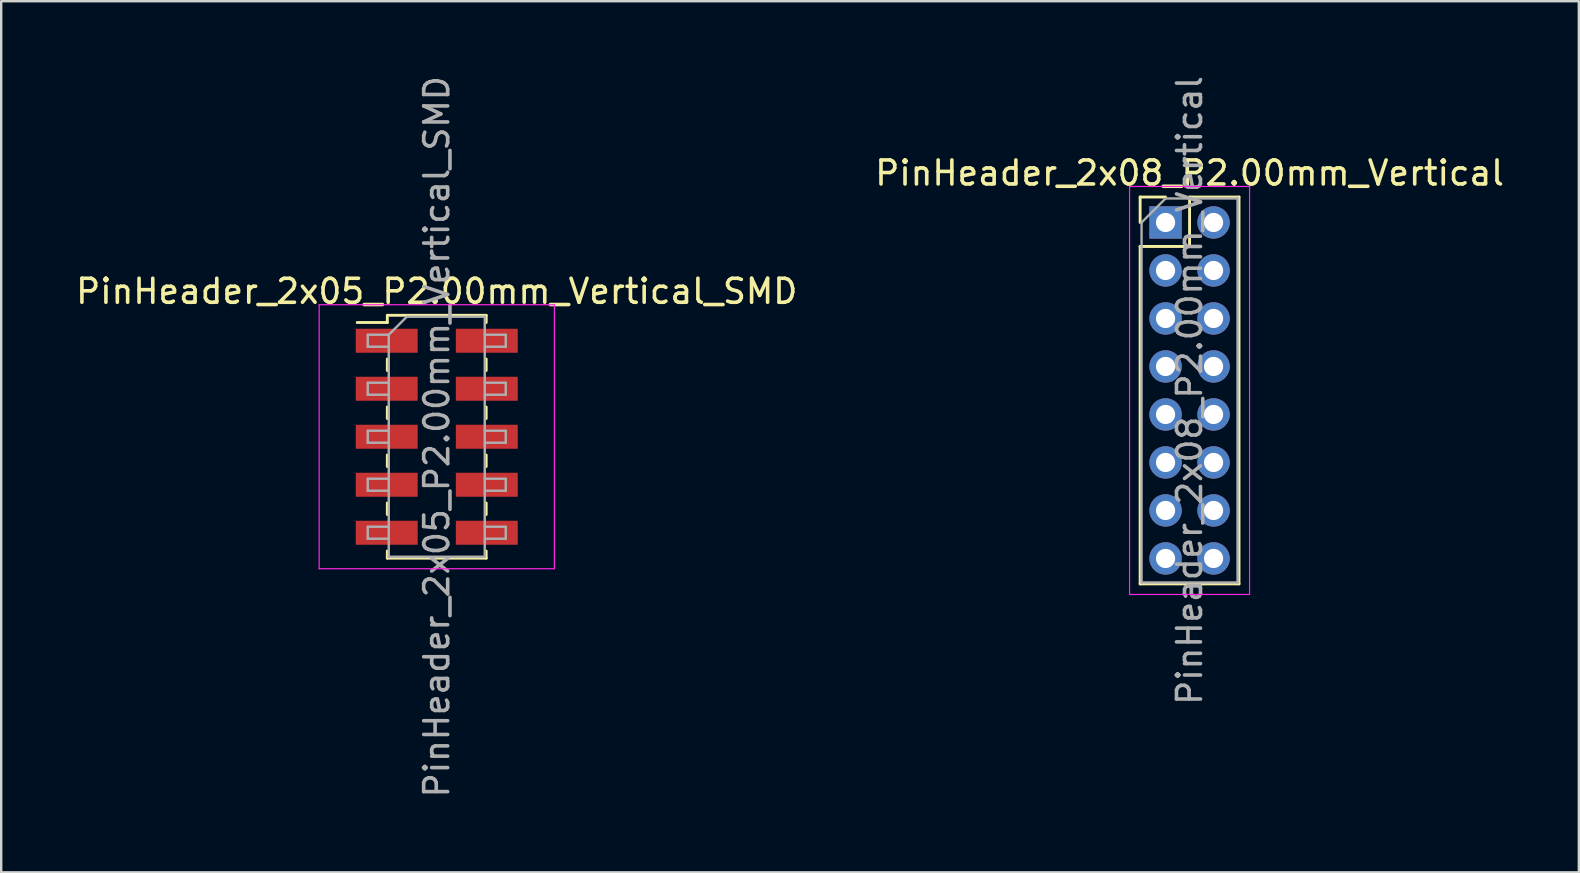
<source format=kicad_pcb>
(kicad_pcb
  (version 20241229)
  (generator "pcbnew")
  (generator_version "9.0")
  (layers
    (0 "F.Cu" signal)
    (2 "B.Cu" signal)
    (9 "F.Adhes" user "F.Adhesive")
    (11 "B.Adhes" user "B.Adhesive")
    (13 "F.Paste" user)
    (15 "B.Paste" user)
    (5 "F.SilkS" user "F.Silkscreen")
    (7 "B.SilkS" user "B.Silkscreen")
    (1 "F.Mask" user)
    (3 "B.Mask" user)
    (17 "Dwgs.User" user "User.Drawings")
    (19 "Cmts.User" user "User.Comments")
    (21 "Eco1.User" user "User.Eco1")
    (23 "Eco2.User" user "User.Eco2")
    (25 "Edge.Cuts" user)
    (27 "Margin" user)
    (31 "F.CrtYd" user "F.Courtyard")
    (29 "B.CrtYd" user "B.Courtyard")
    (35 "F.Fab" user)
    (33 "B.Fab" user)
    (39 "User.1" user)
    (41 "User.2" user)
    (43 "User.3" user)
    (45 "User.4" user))
  (footprint "PinHeader_2x05_P2.00mm_Vertical_SMD"
    (layer "F.Cu")
    (at 15.149 15.149)
    (property "Reference" "PinHeader_2x05_P2.00mm_Vertical_SMD" (at 0 -6.06 0) (layer "F.SilkS") (effects (font (size 1 1) (thickness 0.15))))
    (attr smd)
    (fp_line (start -3.315 -4.76) (end -2.06 -4.76) (stroke (width 0.12) (type solid)) (layer "F.SilkS"))
    (fp_line (start -2.06 -5.06) (end -2.06 -4.76) (stroke (width 0.12) (type solid)) (layer "F.SilkS"))
    (fp_line (start -2.06 -5.06) (end 2.06 -5.06) (stroke (width 0.12) (type solid)) (layer "F.SilkS"))
    (fp_line (start -2.06 -3.24) (end -2.06 -2.76) (stroke (width 0.12) (type solid)) (layer "F.SilkS"))
    (fp_line (start -2.06 -1.24) (end -2.06 -0.76) (stroke (width 0.12) (type solid)) (layer "F.SilkS"))
    (fp_line (start -2.06 0.76) (end -2.06 1.24) (stroke (width 0.12) (type solid)) (layer "F.SilkS"))
    (fp_line (start -2.06 2.76) (end -2.06 3.24) (stroke (width 0.12) (type solid)) (layer "F.SilkS"))
    (fp_line (start -2.06 4.76) (end -2.06 5.06) (stroke (width 0.12) (type solid)) (layer "F.SilkS"))
    (fp_line (start -2.06 5.06) (end 2.06 5.06) (stroke (width 0.12) (type solid)) (layer "F.SilkS"))
    (fp_line (start 2.06 -5.06) (end 2.06 -4.76) (stroke (width 0.12) (type solid)) (layer "F.SilkS"))
    (fp_line (start 2.06 -3.24) (end 2.06 -2.76) (stroke (width 0.12) (type solid)) (layer "F.SilkS"))
    (fp_line (start 2.06 -1.24) (end 2.06 -0.76) (stroke (width 0.12) (type solid)) (layer "F.SilkS"))
    (fp_line (start 2.06 0.76) (end 2.06 1.24) (stroke (width 0.12) (type solid)) (layer "F.SilkS"))
    (fp_line (start 2.06 2.76) (end 2.06 3.24) (stroke (width 0.12) (type solid)) (layer "F.SilkS"))
    (fp_line (start 2.06 4.76) (end 2.06 5.06) (stroke (width 0.12) (type solid)) (layer "F.SilkS"))
    (fp_line (start -4.9 -5.5) (end -4.9 5.5) (stroke (width 0.05) (type solid)) (layer "F.CrtYd"))
    (fp_line (start -4.9 5.5) (end 4.9 5.5) (stroke (width 0.05) (type solid)) (layer "F.CrtYd"))
    (fp_line (start 4.9 -5.5) (end -4.9 -5.5) (stroke (width 0.05) (type solid)) (layer "F.CrtYd"))
    (fp_line (start 4.9 5.5) (end 4.9 -5.5) (stroke (width 0.05) (type solid)) (layer "F.CrtYd"))
    (fp_line (start -2.875 -4.25) (end -2.875 -3.75) (stroke (width 0.1) (type solid)) (layer "F.Fab"))
    (fp_line (start -2.875 -3.75) (end -2 -3.75) (stroke (width 0.1) (type solid)) (layer "F.Fab"))
    (fp_line (start -2.875 -2.25) (end -2.875 -1.75) (stroke (width 0.1) (type solid)) (layer "F.Fab"))
    (fp_line (start -2.875 -1.75) (end -2 -1.75) (stroke (width 0.1) (type solid)) (layer "F.Fab"))
    (fp_line (start -2.875 -0.25) (end -2.875 0.25) (stroke (width 0.1) (type solid)) (layer "F.Fab"))
    (fp_line (start -2.875 0.25) (end -2 0.25) (stroke (width 0.1) (type solid)) (layer "F.Fab"))
    (fp_line (start -2.875 1.75) (end -2.875 2.25) (stroke (width 0.1) (type solid)) (layer "F.Fab"))
    (fp_line (start -2.875 2.25) (end -2 2.25) (stroke (width 0.1) (type solid)) (layer "F.Fab"))
    (fp_line (start -2.875 3.75) (end -2.875 4.25) (stroke (width 0.1) (type solid)) (layer "F.Fab"))
    (fp_line (start -2.875 4.25) (end -2 4.25) (stroke (width 0.1) (type solid)) (layer "F.Fab"))
    (fp_line (start -2 -4.25) (end -2.875 -4.25) (stroke (width 0.1) (type solid)) (layer "F.Fab"))
    (fp_line (start -2 -4.25) (end -1.25 -5) (stroke (width 0.1) (type solid)) (layer "F.Fab"))
    (fp_line (start -2 -2.25) (end -2.875 -2.25) (stroke (width 0.1) (type solid)) (layer "F.Fab"))
    (fp_line (start -2 -0.25) (end -2.875 -0.25) (stroke (width 0.1) (type solid)) (layer "F.Fab"))
    (fp_line (start -2 1.75) (end -2.875 1.75) (stroke (width 0.1) (type solid)) (layer "F.Fab"))
    (fp_line (start -2 3.75) (end -2.875 3.75) (stroke (width 0.1) (type solid)) (layer "F.Fab"))
    (fp_line (start -2 5) (end -2 -4.25) (stroke (width 0.1) (type solid)) (layer "F.Fab"))
    (fp_line (start -1.25 -5) (end 2 -5) (stroke (width 0.1) (type solid)) (layer "F.Fab"))
    (fp_line (start 2 -5) (end 2 5) (stroke (width 0.1) (type solid)) (layer "F.Fab"))
    (fp_line (start 2 -4.25) (end 2.875 -4.25) (stroke (width 0.1) (type solid)) (layer "F.Fab"))
    (fp_line (start 2 -2.25) (end 2.875 -2.25) (stroke (width 0.1) (type solid)) (layer "F.Fab"))
    (fp_line (start 2 -0.25) (end 2.875 -0.25) (stroke (width 0.1) (type solid)) (layer "F.Fab"))
    (fp_line (start 2 1.75) (end 2.875 1.75) (stroke (width 0.1) (type solid)) (layer "F.Fab"))
    (fp_line (start 2 3.75) (end 2.875 3.75) (stroke (width 0.1) (type solid)) (layer "F.Fab"))
    (fp_line (start 2 5) (end -2 5) (stroke (width 0.1) (type solid)) (layer "F.Fab"))
    (fp_line (start 2.875 -4.25) (end 2.875 -3.75) (stroke (width 0.1) (type solid)) (layer "F.Fab"))
    (fp_line (start 2.875 -3.75) (end 2 -3.75) (stroke (width 0.1) (type solid)) (layer "F.Fab"))
    (fp_line (start 2.875 -2.25) (end 2.875 -1.75) (stroke (width 0.1) (type solid)) (layer "F.Fab"))
    (fp_line (start 2.875 -1.75) (end 2 -1.75) (stroke (width 0.1) (type solid)) (layer "F.Fab"))
    (fp_line (start 2.875 -0.25) (end 2.875 0.25) (stroke (width 0.1) (type solid)) (layer "F.Fab"))
    (fp_line (start 2.875 0.25) (end 2 0.25) (stroke (width 0.1) (type solid)) (layer "F.Fab"))
    (fp_line (start 2.875 1.75) (end 2.875 2.25) (stroke (width 0.1) (type solid)) (layer "F.Fab"))
    (fp_line (start 2.875 2.25) (end 2 2.25) (stroke (width 0.1) (type solid)) (layer "F.Fab"))
    (fp_line (start 2.875 3.75) (end 2.875 4.25) (stroke (width 0.1) (type solid)) (layer "F.Fab"))
    (fp_line (start 2.875 4.25) (end 2 4.25) (stroke (width 0.1) (type solid)) (layer "F.Fab"))
    (fp_text user "${REFERENCE}" (at 0 0 90) (layer "F.Fab") (effects (font (size 1 1) (thickness 0.15))))
    (pad "1" smd rect (at -2.085 -4) (size 2.58 1) (layers "F.Cu" "F.Mask" "F.Paste"))
    (pad "2" smd rect (at 2.085 -4) (size 2.58 1) (layers "F.Cu" "F.Mask" "F.Paste"))
    (pad "3" smd rect (at -2.085 -2) (size 2.58 1) (layers "F.Cu" "F.Mask" "F.Paste"))
    (pad "4" smd rect (at 2.085 -2) (size 2.58 1) (layers "F.Cu" "F.Mask" "F.Paste"))
    (pad "5" smd rect (at -2.085 0) (size 2.58 1) (layers "F.Cu" "F.Mask" "F.Paste"))
    (pad "6" smd rect (at 2.085 0) (size 2.58 1) (layers "F.Cu" "F.Mask" "F.Paste"))
    (pad "7" smd rect (at -2.085 2) (size 2.58 1) (layers "F.Cu" "F.Mask" "F.Paste"))
    (pad "8" smd rect (at 2.085 2) (size 2.58 1) (layers "F.Cu" "F.Mask" "F.Paste"))
    (pad "9" smd rect (at -2.085 4) (size 2.58 1) (layers "F.Cu" "F.Mask" "F.Paste"))
    (pad "10" smd rect (at 2.085 4) (size 2.58 1) (layers "F.Cu" "F.Mask" "F.Paste")))
  (footprint "PinHeader_2x08_P2.00mm_Vertical"
    (layer "F.Cu")
    (at 45.518 6.22)
    (property "Reference" "PinHeader_2x08_P2.00mm_Vertical" (at 1 -2.06 0) (layer "F.SilkS") (effects (font (size 1 1) (thickness 0.15))))
    (attr through_hole)
    (fp_line (start -1.06 -1.06) (end 0 -1.06) (stroke (width 0.12) (type solid)) (layer "F.SilkS"))
    (fp_line (start -1.06 0) (end -1.06 -1.06) (stroke (width 0.12) (type solid)) (layer "F.SilkS"))
    (fp_line (start -1.06 1) (end -1.06 15.06) (stroke (width 0.12) (type solid)) (layer "F.SilkS"))
    (fp_line (start -1.06 1) (end 1 1) (stroke (width 0.12) (type solid)) (layer "F.SilkS"))
    (fp_line (start -1.06 15.06) (end 3.06 15.06) (stroke (width 0.12) (type solid)) (layer "F.SilkS"))
    (fp_line (start 1 -1.06) (end 3.06 -1.06) (stroke (width 0.12) (type solid)) (layer "F.SilkS"))
    (fp_line (start 1 1) (end 1 -1.06) (stroke (width 0.12) (type solid)) (layer "F.SilkS"))
    (fp_line (start 3.06 -1.06) (end 3.06 15.06) (stroke (width 0.12) (type solid)) (layer "F.SilkS"))
    (fp_line (start -1.5 -1.5) (end -1.5 15.5) (stroke (width 0.05) (type solid)) (layer "F.CrtYd"))
    (fp_line (start -1.5 15.5) (end 3.5 15.5) (stroke (width 0.05) (type solid)) (layer "F.CrtYd"))
    (fp_line (start 3.5 -1.5) (end -1.5 -1.5) (stroke (width 0.05) (type solid)) (layer "F.CrtYd"))
    (fp_line (start 3.5 15.5) (end 3.5 -1.5) (stroke (width 0.05) (type solid)) (layer "F.CrtYd"))
    (fp_line (start -1 0) (end 0 -1) (stroke (width 0.1) (type solid)) (layer "F.Fab"))
    (fp_line (start -1 15) (end -1 0) (stroke (width 0.1) (type solid)) (layer "F.Fab"))
    (fp_line (start 0 -1) (end 3 -1) (stroke (width 0.1) (type solid)) (layer "F.Fab"))
    (fp_line (start 3 -1) (end 3 15) (stroke (width 0.1) (type solid)) (layer "F.Fab"))
    (fp_line (start 3 15) (end -1 15) (stroke (width 0.1) (type solid)) (layer "F.Fab"))
    (fp_text user "${REFERENCE}" (at 1 7 90) (layer "F.Fab") (effects (font (size 1 1) (thickness 0.15))))
    (pad "1" thru_hole rect (at 0 0) (size 1.35 1.35) (drill 0.8) (layers "*.Cu" "*.Mask"))
    (pad "2" thru_hole oval (at 2 0) (size 1.35 1.35) (drill 0.8) (layers "*.Cu" "*.Mask"))
    (pad "3" thru_hole oval (at 0 2) (size 1.35 1.35) (drill 0.8) (layers "*.Cu" "*.Mask"))
    (pad "4" thru_hole oval (at 2 2) (size 1.35 1.35) (drill 0.8) (layers "*.Cu" "*.Mask"))
    (pad "5" thru_hole oval (at 0 4) (size 1.35 1.35) (drill 0.8) (layers "*.Cu" "*.Mask"))
    (pad "6" thru_hole oval (at 2 4) (size 1.35 1.35) (drill 0.8) (layers "*.Cu" "*.Mask"))
    (pad "7" thru_hole oval (at 0 6) (size 1.35 1.35) (drill 0.8) (layers "*.Cu" "*.Mask"))
    (pad "8" thru_hole oval (at 2 6) (size 1.35 1.35) (drill 0.8) (layers "*.Cu" "*.Mask"))
    (pad "9" thru_hole oval (at 0 8) (size 1.35 1.35) (drill 0.8) (layers "*.Cu" "*.Mask"))
    (pad "10" thru_hole oval (at 2 8) (size 1.35 1.35) (drill 0.8) (layers "*.Cu" "*.Mask"))
    (pad "11" thru_hole oval (at 0 10) (size 1.35 1.35) (drill 0.8) (layers "*.Cu" "*.Mask"))
    (pad "12" thru_hole oval (at 2 10) (size 1.35 1.35) (drill 0.8) (layers "*.Cu" "*.Mask"))
    (pad "13" thru_hole oval (at 0 12) (size 1.35 1.35) (drill 0.8) (layers "*.Cu" "*.Mask"))
    (pad "14" thru_hole oval (at 2 12) (size 1.35 1.35) (drill 0.8) (layers "*.Cu" "*.Mask"))
    (pad "15" thru_hole oval (at 0 14) (size 1.35 1.35) (drill 0.8) (layers "*.Cu" "*.Mask"))
    (pad "16" thru_hole oval (at 2 14) (size 1.35 1.35) (drill 0.8) (layers "*.Cu" "*.Mask")))
  (gr_rect
    (start -3 -3)
    (end 62.738 33.298)
    (stroke (width 0.1) (type default))
    (fill no)
    (layer "Edge.Cuts")))
</source>
